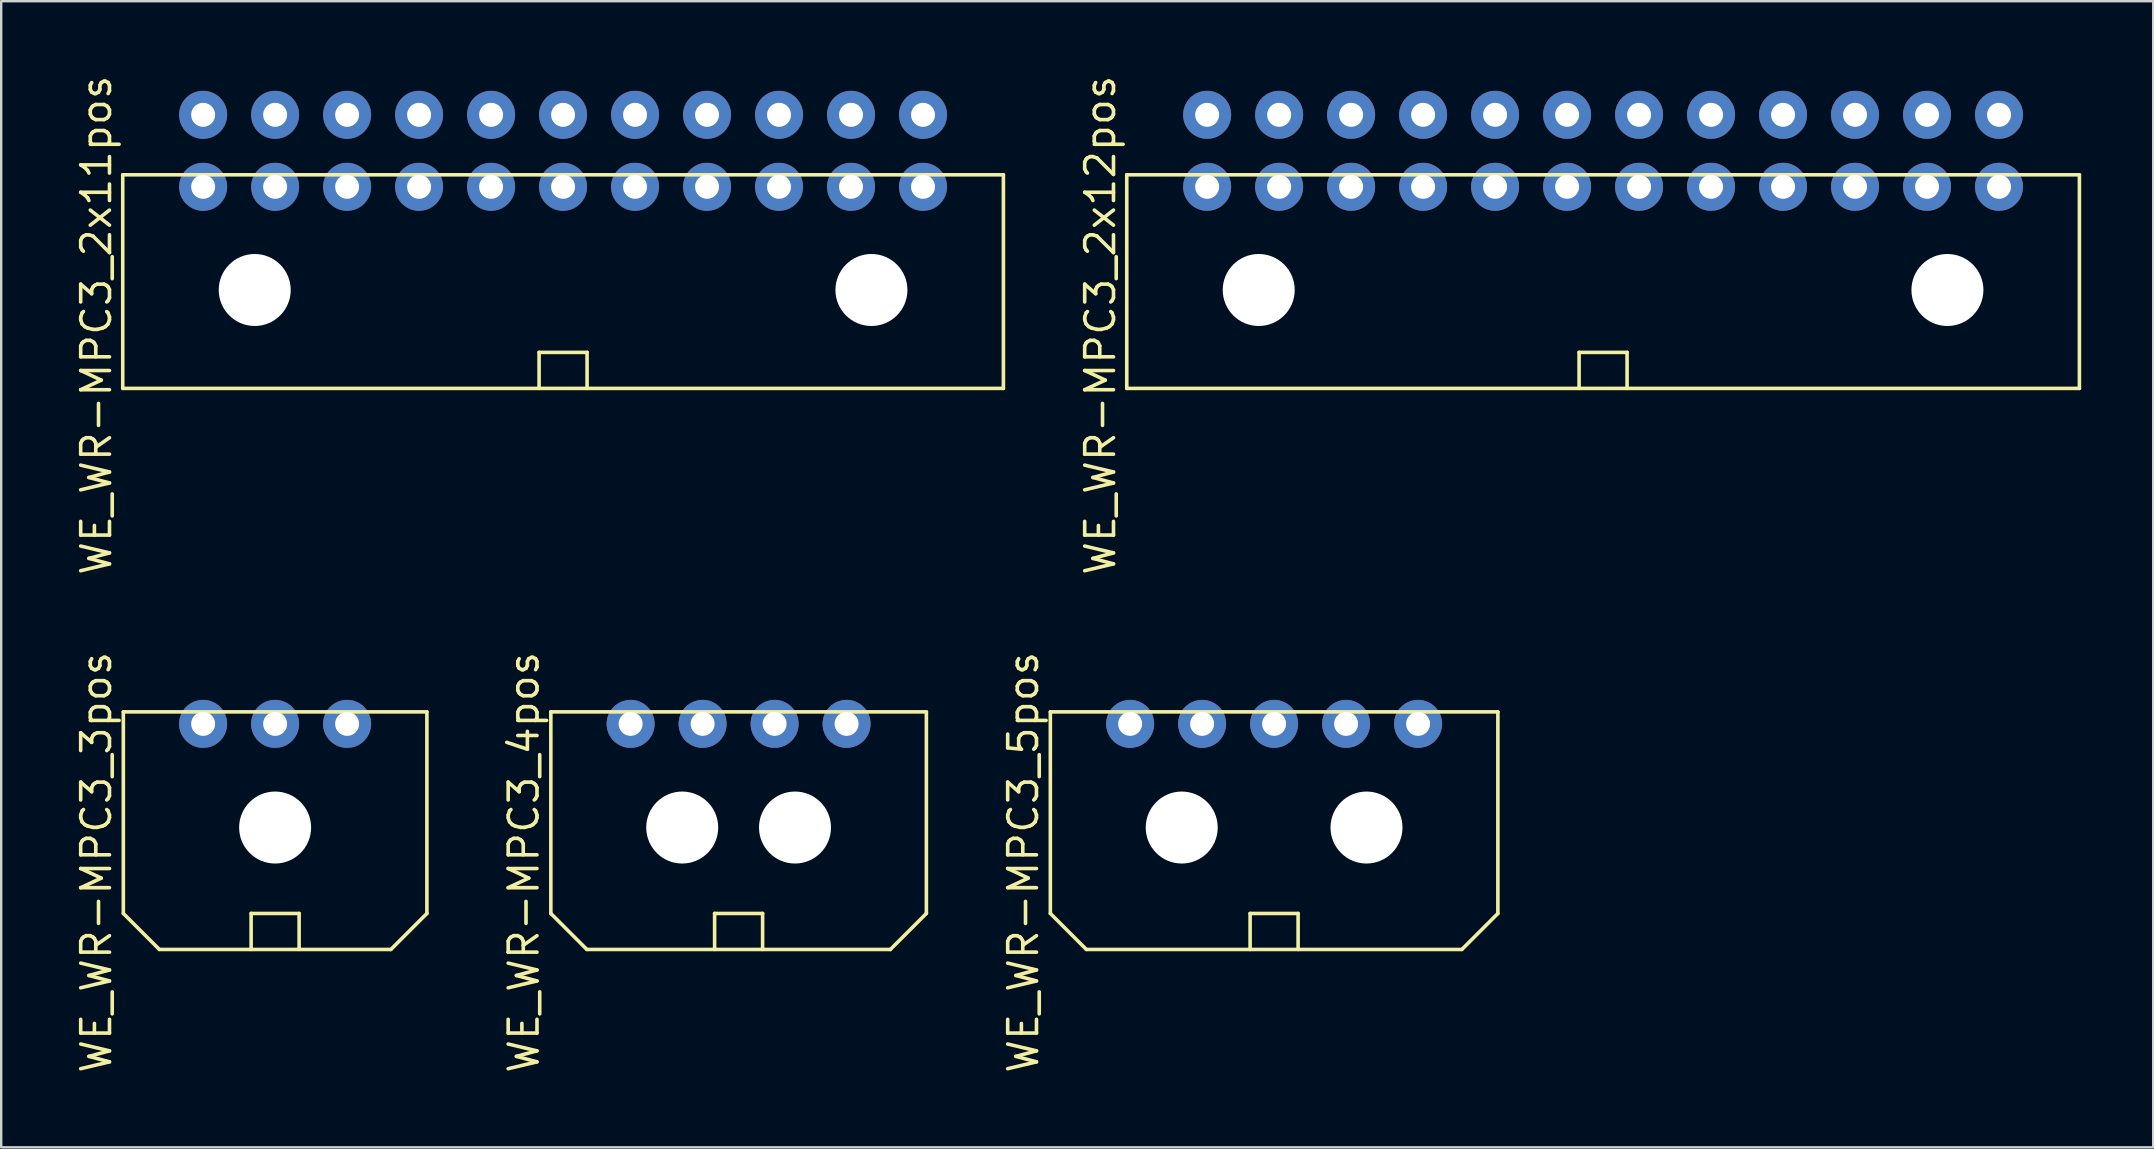
<source format=kicad_pcb>
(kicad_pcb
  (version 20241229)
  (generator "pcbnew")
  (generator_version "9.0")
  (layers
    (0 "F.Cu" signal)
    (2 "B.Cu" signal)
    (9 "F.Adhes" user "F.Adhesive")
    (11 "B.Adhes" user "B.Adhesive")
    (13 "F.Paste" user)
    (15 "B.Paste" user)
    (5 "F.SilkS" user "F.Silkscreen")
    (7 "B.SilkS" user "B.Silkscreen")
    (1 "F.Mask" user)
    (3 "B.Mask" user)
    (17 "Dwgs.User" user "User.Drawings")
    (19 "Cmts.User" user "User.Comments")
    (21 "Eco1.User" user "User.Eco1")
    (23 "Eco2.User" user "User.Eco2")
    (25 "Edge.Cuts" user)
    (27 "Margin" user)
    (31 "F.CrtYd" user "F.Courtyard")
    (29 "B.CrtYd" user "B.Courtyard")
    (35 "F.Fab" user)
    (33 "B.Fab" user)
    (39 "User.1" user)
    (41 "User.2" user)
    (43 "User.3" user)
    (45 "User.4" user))
  (footprint "WE_WR-MPC3_5pos"
    (layer "F.Cu")
    (at 50.046 27.116)
    (property "Reference" "WE_WR-MPC3_5pos" (at -10.45 5.77 270) (layer "F.SilkS") (effects (font (size 1.2 1.2) (thickness 0.15))))
    (attr through_hole)
    (fp_line (start -9.325 -0.5) (end -9.325 7.9) (stroke (width 0.15) (type solid)) (layer "F.SilkS"))
    (fp_line (start -9.325 -0.5) (end 9.325 -0.5) (stroke (width 0.15) (type solid)) (layer "F.SilkS"))
    (fp_line (start -9.325 7.9) (end -7.825 9.4) (stroke (width 0.15) (type solid)) (layer "F.SilkS"))
    (fp_line (start -1 7.9) (end 1 7.9) (stroke (width 0.15) (type solid)) (layer "F.SilkS"))
    (fp_line (start -1 9.4) (end -1 7.9) (stroke (width 0.15) (type solid)) (layer "F.SilkS"))
    (fp_line (start 1 7.9) (end 1 9.4) (stroke (width 0.15) (type solid)) (layer "F.SilkS"))
    (fp_line (start 7.825 9.4) (end -7.825 9.4) (stroke (width 0.15) (type solid)) (layer "F.SilkS"))
    (fp_line (start 9.325 -0.5) (end 9.325 7.9) (stroke (width 0.15) (type solid)) (layer "F.SilkS"))
    (fp_line (start 9.325 7.9) (end 7.825 9.4) (stroke (width 0.15) (type solid)) (layer "F.SilkS"))
    (pad "" np_thru_hole circle (at -3.85 4.32) (size 3 3) (drill 3) (layers "*.Cu" "*.Mask"))
    (pad "" np_thru_hole circle (at 3.85 4.32) (size 3 3) (drill 3) (layers "*.Cu" "*.Mask"))
    (pad "1" thru_hole circle (at -6 0) (size 2 2) (drill 1) (layers "*.Cu" "*.Mask"))
    (pad "2" thru_hole circle (at -3 0) (size 2 2) (drill 1) (layers "*.Cu" "*.Mask"))
    (pad "3" thru_hole circle (at 0 0) (size 2 2) (drill 1) (layers "*.Cu" "*.Mask"))
    (pad "4" thru_hole circle (at 3 0) (size 2 2) (drill 1) (layers "*.Cu" "*.Mask"))
    (pad "5" thru_hole circle (at 6 0) (size 2 2) (drill 1) (layers "*.Cu" "*.Mask")))
  (footprint "WE_WR-MPC3_3pos"
    (layer "F.Cu")
    (at 8.415 27.116)
    (property "Reference" "WE_WR-MPC3_3pos" (at -7.45 5.77 270) (layer "F.SilkS") (effects (font (size 1.2 1.2) (thickness 0.15))))
    (attr through_hole)
    (fp_line (start -6.325 -0.5) (end -6.325 7.9) (stroke (width 0.15) (type solid)) (layer "F.SilkS"))
    (fp_line (start -6.325 -0.5) (end 6.325 -0.5) (stroke (width 0.15) (type solid)) (layer "F.SilkS"))
    (fp_line (start -6.325 7.9) (end -4.825 9.4) (stroke (width 0.15) (type solid)) (layer "F.SilkS"))
    (fp_line (start -1 7.9) (end 1 7.9) (stroke (width 0.15) (type solid)) (layer "F.SilkS"))
    (fp_line (start -1 9.4) (end -1 7.9) (stroke (width 0.15) (type solid)) (layer "F.SilkS"))
    (fp_line (start 1 7.9) (end 1 9.4) (stroke (width 0.15) (type solid)) (layer "F.SilkS"))
    (fp_line (start 4.825 9.4) (end -4.825 9.4) (stroke (width 0.15) (type solid)) (layer "F.SilkS"))
    (fp_line (start 6.325 -0.5) (end 6.325 7.9) (stroke (width 0.15) (type solid)) (layer "F.SilkS"))
    (fp_line (start 6.325 7.9) (end 4.825 9.4) (stroke (width 0.15) (type solid)) (layer "F.SilkS"))
    (pad "" np_thru_hole circle (at 0 4.32) (size 3 3) (drill 3) (layers "*.Cu" "*.Mask"))
    (pad "1" thru_hole circle (at -3 0) (size 2 2) (drill 1) (layers "*.Cu" "*.Mask"))
    (pad "2" thru_hole circle (at 0 0) (size 2 2) (drill 1) (layers "*.Cu" "*.Mask"))
    (pad "3" thru_hole circle (at 3 0) (size 2 2) (drill 1) (layers "*.Cu" "*.Mask")))
  (footprint "WE_WR-MPC3_4pos"
    (layer "F.Cu")
    (at 27.73 27.116)
    (property "Reference" "WE_WR-MPC3_4pos" (at -8.95 5.77 270) (layer "F.SilkS") (effects (font (size 1.2 1.2) (thickness 0.15))))
    (attr through_hole)
    (fp_line (start -7.825 -0.5) (end -7.825 7.9) (stroke (width 0.15) (type solid)) (layer "F.SilkS"))
    (fp_line (start -7.825 -0.5) (end 7.825 -0.5) (stroke (width 0.15) (type solid)) (layer "F.SilkS"))
    (fp_line (start -7.825 7.9) (end -6.325 9.4) (stroke (width 0.15) (type solid)) (layer "F.SilkS"))
    (fp_line (start -1 7.9) (end 1 7.9) (stroke (width 0.15) (type solid)) (layer "F.SilkS"))
    (fp_line (start -1 9.4) (end -1 7.9) (stroke (width 0.15) (type solid)) (layer "F.SilkS"))
    (fp_line (start 1 7.9) (end 1 9.4) (stroke (width 0.15) (type solid)) (layer "F.SilkS"))
    (fp_line (start 6.325 9.4) (end -6.325 9.4) (stroke (width 0.15) (type solid)) (layer "F.SilkS"))
    (fp_line (start 7.825 -0.5) (end 7.825 7.9) (stroke (width 0.15) (type solid)) (layer "F.SilkS"))
    (fp_line (start 7.825 7.9) (end 6.325 9.4) (stroke (width 0.15) (type solid)) (layer "F.SilkS"))
    (pad "" np_thru_hole circle (at -2.35 4.32) (size 3 3) (drill 3) (layers "*.Cu" "*.Mask"))
    (pad "" np_thru_hole circle (at 2.35 4.32) (size 3 3) (drill 3) (layers "*.Cu" "*.Mask"))
    (pad "1" thru_hole circle (at -4.5 0) (size 2 2) (drill 1) (layers "*.Cu" "*.Mask"))
    (pad "2" thru_hole circle (at -1.5 0) (size 2 2) (drill 1) (layers "*.Cu" "*.Mask"))
    (pad "3" thru_hole circle (at 1.5 0) (size 2 2) (drill 1) (layers "*.Cu" "*.Mask"))
    (pad "4" thru_hole circle (at 4.5 0) (size 2 2) (drill 1) (layers "*.Cu" "*.Mask")))
  (footprint "WE_WR-MPC3_2x12pos"
    (layer "F.Cu")
    (at 63.755 3.235)
    (property "Reference" "WE_WR-MPC3_2x12pos" (at -20.95 7.27 270) (layer "F.SilkS") (effects (font (size 1.2 1.2) (thickness 0.15))))
    (attr through_hole)
    (fp_line (start -19.85 1) (end -19.85 9.9) (stroke (width 0.15) (type solid)) (layer "F.SilkS"))
    (fp_line (start -19.85 1) (end 19.85 1) (stroke (width 0.15) (type solid)) (layer "F.SilkS"))
    (fp_line (start -1 8.4) (end 1 8.4) (stroke (width 0.15) (type solid)) (layer "F.SilkS"))
    (fp_line (start -1 9.9) (end -1 8.4) (stroke (width 0.15) (type solid)) (layer "F.SilkS"))
    (fp_line (start 1 8.4) (end 1 9.9) (stroke (width 0.15) (type solid)) (layer "F.SilkS"))
    (fp_line (start 19.85 1) (end 19.85 9.9) (stroke (width 0.15) (type solid)) (layer "F.SilkS"))
    (fp_line (start 19.85 9.9) (end -19.85 9.9) (stroke (width 0.15) (type solid)) (layer "F.SilkS"))
    (pad "" np_thru_hole circle (at -14.35 5.8) (size 3 3) (drill 3) (layers "*.Cu" "*.Mask"))
    (pad "" np_thru_hole circle (at 14.35 5.8) (size 3 3) (drill 3) (layers "*.Cu" "*.Mask"))
    (pad "1" thru_hole circle (at -16.5 1.5) (size 2 2) (drill 1) (layers "*.Cu" "*.Mask"))
    (pad "2" thru_hole circle (at -16.5 -1.5) (size 2 2) (drill 1) (layers "*.Cu" "*.Mask"))
    (pad "3" thru_hole circle (at -13.5 1.5) (size 2 2) (drill 1) (layers "*.Cu" "*.Mask"))
    (pad "4" thru_hole circle (at -13.5 -1.5) (size 2 2) (drill 1) (layers "*.Cu" "*.Mask"))
    (pad "5" thru_hole circle (at -10.5 1.5) (size 2 2) (drill 1) (layers "*.Cu" "*.Mask"))
    (pad "6" thru_hole circle (at -10.5 -1.5) (size 2 2) (drill 1) (layers "*.Cu" "*.Mask"))
    (pad "7" thru_hole circle (at -7.5 1.5) (size 2 2) (drill 1) (layers "*.Cu" "*.Mask"))
    (pad "8" thru_hole circle (at -7.5 -1.5) (size 2 2) (drill 1) (layers "*.Cu" "*.Mask"))
    (pad "9" thru_hole circle (at -4.5 1.5) (size 2 2) (drill 1) (layers "*.Cu" "*.Mask"))
    (pad "10" thru_hole circle (at -4.5 -1.5) (size 2 2) (drill 1) (layers "*.Cu" "*.Mask"))
    (pad "11" thru_hole circle (at -1.5 1.5) (size 2 2) (drill 1) (layers "*.Cu" "*.Mask"))
    (pad "12" thru_hole circle (at -1.5 -1.5) (size 2 2) (drill 1) (layers "*.Cu" "*.Mask"))
    (pad "13" thru_hole circle (at 1.5 1.5) (size 2 2) (drill 1) (layers "*.Cu" "*.Mask"))
    (pad "14" thru_hole circle (at 1.5 -1.5) (size 2 2) (drill 1) (layers "*.Cu" "*.Mask"))
    (pad "15" thru_hole circle (at 4.5 1.5) (size 2 2) (drill 1) (layers "*.Cu" "*.Mask"))
    (pad "16" thru_hole circle (at 4.5 -1.5) (size 2 2) (drill 1) (layers "*.Cu" "*.Mask"))
    (pad "17" thru_hole circle (at 7.5 1.5) (size 2 2) (drill 1) (layers "*.Cu" "*.Mask"))
    (pad "18" thru_hole circle (at 7.5 -1.5) (size 2 2) (drill 1) (layers "*.Cu" "*.Mask"))
    (pad "19" thru_hole circle (at 10.5 1.5) (size 2 2) (drill 1) (layers "*.Cu" "*.Mask"))
    (pad "20" thru_hole circle (at 10.5 -1.5) (size 2 2) (drill 1) (layers "*.Cu" "*.Mask"))
    (pad "21" thru_hole circle (at 13.5 1.5) (size 2 2) (drill 1) (layers "*.Cu" "*.Mask"))
    (pad "22" thru_hole circle (at 13.5 -1.5) (size 2 2) (drill 1) (layers "*.Cu" "*.Mask"))
    (pad "23" thru_hole circle (at 16.5 1.5) (size 2 2) (drill 1) (layers "*.Cu" "*.Mask"))
    (pad "24" thru_hole circle (at 16.5 -1.5) (size 2 2) (drill 1) (layers "*.Cu" "*.Mask")))
  (footprint "WE_WR-MPC3_2x11pos"
    (layer "F.Cu")
    (at 20.415 3.235)
    (property "Reference" "WE_WR-MPC3_2x11pos" (at -19.45 7.27 270) (layer "F.SilkS") (effects (font (size 1.2 1.2) (thickness 0.15))))
    (attr through_hole)
    (fp_line (start -18.35 1) (end -18.35 9.9) (stroke (width 0.15) (type solid)) (layer "F.SilkS"))
    (fp_line (start -18.35 1) (end 18.35 1) (stroke (width 0.15) (type solid)) (layer "F.SilkS"))
    (fp_line (start -1 8.4) (end 1 8.4) (stroke (width 0.15) (type solid)) (layer "F.SilkS"))
    (fp_line (start -1 9.9) (end -1 8.4) (stroke (width 0.15) (type solid)) (layer "F.SilkS"))
    (fp_line (start 1 8.4) (end 1 9.9) (stroke (width 0.15) (type solid)) (layer "F.SilkS"))
    (fp_line (start 18.35 1) (end 18.35 9.9) (stroke (width 0.15) (type solid)) (layer "F.SilkS"))
    (fp_line (start 18.35 9.9) (end -18.35 9.9) (stroke (width 0.15) (type solid)) (layer "F.SilkS"))
    (pad "" np_thru_hole circle (at -12.85 5.8) (size 3 3) (drill 3) (layers "*.Cu" "*.Mask"))
    (pad "" np_thru_hole circle (at 12.85 5.8) (size 3 3) (drill 3) (layers "*.Cu" "*.Mask"))
    (pad "1" thru_hole circle (at -15 1.5) (size 2 2) (drill 1) (layers "*.Cu" "*.Mask"))
    (pad "2" thru_hole circle (at -15 -1.5) (size 2 2) (drill 1) (layers "*.Cu" "*.Mask"))
    (pad "3" thru_hole circle (at -12 1.5) (size 2 2) (drill 1) (layers "*.Cu" "*.Mask"))
    (pad "4" thru_hole circle (at -12 -1.5) (size 2 2) (drill 1) (layers "*.Cu" "*.Mask"))
    (pad "5" thru_hole circle (at -9 1.5) (size 2 2) (drill 1) (layers "*.Cu" "*.Mask"))
    (pad "6" thru_hole circle (at -9 -1.5) (size 2 2) (drill 1) (layers "*.Cu" "*.Mask"))
    (pad "7" thru_hole circle (at -6 1.5) (size 2 2) (drill 1) (layers "*.Cu" "*.Mask"))
    (pad "8" thru_hole circle (at -6 -1.5) (size 2 2) (drill 1) (layers "*.Cu" "*.Mask"))
    (pad "9" thru_hole circle (at -3 1.5) (size 2 2) (drill 1) (layers "*.Cu" "*.Mask"))
    (pad "10" thru_hole circle (at -3 -1.5) (size 2 2) (drill 1) (layers "*.Cu" "*.Mask"))
    (pad "11" thru_hole circle (at 0 1.5) (size 2 2) (drill 1) (layers "*.Cu" "*.Mask"))
    (pad "12" thru_hole circle (at 0 -1.5) (size 2 2) (drill 1) (layers "*.Cu" "*.Mask"))
    (pad "13" thru_hole circle (at 3 1.5) (size 2 2) (drill 1) (layers "*.Cu" "*.Mask"))
    (pad "14" thru_hole circle (at 3 -1.5) (size 2 2) (drill 1) (layers "*.Cu" "*.Mask"))
    (pad "15" thru_hole circle (at 6 1.5) (size 2 2) (drill 1) (layers "*.Cu" "*.Mask"))
    (pad "16" thru_hole circle (at 6 -1.5) (size 2 2) (drill 1) (layers "*.Cu" "*.Mask"))
    (pad "17" thru_hole circle (at 9 1.5) (size 2 2) (drill 1) (layers "*.Cu" "*.Mask"))
    (pad "18" thru_hole circle (at 9 -1.5) (size 2 2) (drill 1) (layers "*.Cu" "*.Mask"))
    (pad "19" thru_hole circle (at 12 1.5) (size 2 2) (drill 1) (layers "*.Cu" "*.Mask"))
    (pad "20" thru_hole circle (at 12 -1.5) (size 2 2) (drill 1) (layers "*.Cu" "*.Mask"))
    (pad "21" thru_hole circle (at 15 1.5) (size 2 2) (drill 1) (layers "*.Cu" "*.Mask"))
    (pad "22" thru_hole circle (at 15 -1.5) (size 2 2) (drill 1) (layers "*.Cu" "*.Mask")))
  (gr_rect
    (start -3 -3)
    (end 86.68 44.763)
    (stroke (width 0.1) (type default))
    (fill no)
    (layer "Edge.Cuts")))
</source>
